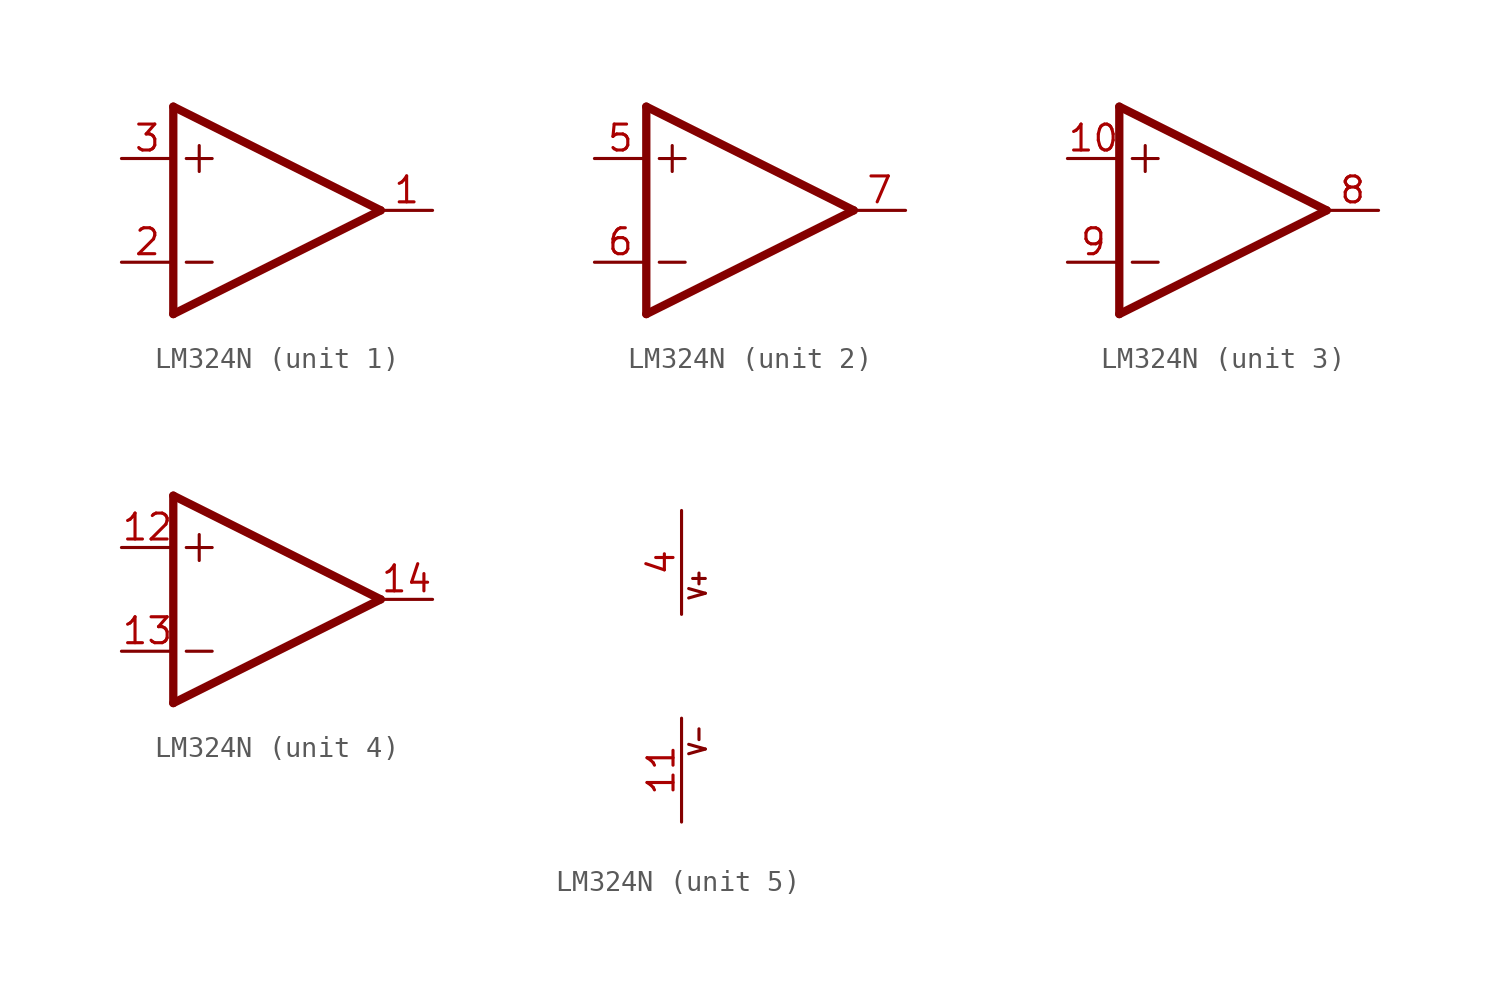
<source format=kicad_sym>
(kicad_symbol_lib
  (version 20220331)
  (generator kicad_symbol_editor)
  (symbol "LM324N"
    (property "Reference" "IC"
      (at 2.54 3.175 0)
      (effects (font (size 1.778 1.511)) (justify left bottom) hide))
    (property "ki_locked" ""
      (at 0 0 0)
      (effects (font (size 1.27 1.27))))
    (symbol "LM324N_1_0"
      (polyline (pts (xy -5.08 -5.08) (xy 5.08 0)) (stroke (width 0.406) (type solid)) (fill (type none)))
      (polyline (pts (xy -5.08 5.08) (xy -5.08 -5.08)) (stroke (width 0.406) (type solid)) (fill (type none)))
      (polyline (pts (xy -4.445 -2.54) (xy -3.175 -2.54)) (stroke (width 0.152) (type solid)) (fill (type none)))
      (polyline (pts (xy -4.445 2.54) (xy -3.175 2.54)) (stroke (width 0.152) (type solid)) (fill (type none)))
      (polyline (pts (xy -3.81 3.175) (xy -3.81 1.905)) (stroke (width 0.152) (type solid)) (fill (type none)))
      (polyline (pts (xy 5.08 0) (xy -5.08 5.08)) (stroke (width 0.406) (type solid)) (fill (type none)))
      (pin output line (at 7.62 0 180) (length 2.54) (name "OUT" (effects (font (size 0 0)))) (number "1" (effects (font (size 1.27 1.27)))))
      (pin input line (at -7.62 -2.54 0) (length 2.54) (name "-IN" (effects (font (size 0 0)))) (number "2" (effects (font (size 1.27 1.27)))))
      (pin input line (at -7.62 2.54 0) (length 2.54) (name "+IN" (effects (font (size 0 0)))) (number "3" (effects (font (size 1.27 1.27))))))
    (symbol "LM324N_2_0"
      (polyline (pts (xy -5.08 -5.08) (xy 5.08 0)) (stroke (width 0.406) (type solid)) (fill (type none)))
      (polyline (pts (xy -5.08 5.08) (xy -5.08 -5.08)) (stroke (width 0.406) (type solid)) (fill (type none)))
      (polyline (pts (xy -4.445 -2.54) (xy -3.175 -2.54)) (stroke (width 0.152) (type solid)) (fill (type none)))
      (polyline (pts (xy -4.445 2.54) (xy -3.175 2.54)) (stroke (width 0.152) (type solid)) (fill (type none)))
      (polyline (pts (xy -3.81 3.175) (xy -3.81 1.905)) (stroke (width 0.152) (type solid)) (fill (type none)))
      (polyline (pts (xy 5.08 0) (xy -5.08 5.08)) (stroke (width 0.406) (type solid)) (fill (type none)))
      (pin input line (at -7.62 2.54 0) (length 2.54) (name "+IN" (effects (font (size 0 0)))) (number "5" (effects (font (size 1.27 1.27)))))
      (pin input line (at -7.62 -2.54 0) (length 2.54) (name "-IN" (effects (font (size 0 0)))) (number "6" (effects (font (size 1.27 1.27)))))
      (pin output line (at 7.62 0 180) (length 2.54) (name "OUT" (effects (font (size 0 0)))) (number "7" (effects (font (size 1.27 1.27))))))
    (symbol "LM324N_3_0"
      (polyline (pts (xy -5.08 -5.08) (xy 5.08 0)) (stroke (width 0.406) (type solid)) (fill (type none)))
      (polyline (pts (xy -5.08 5.08) (xy -5.08 -5.08)) (stroke (width 0.406) (type solid)) (fill (type none)))
      (polyline (pts (xy -4.445 -2.54) (xy -3.175 -2.54)) (stroke (width 0.152) (type solid)) (fill (type none)))
      (polyline (pts (xy -4.445 2.54) (xy -3.175 2.54)) (stroke (width 0.152) (type solid)) (fill (type none)))
      (polyline (pts (xy -3.81 3.175) (xy -3.81 1.905)) (stroke (width 0.152) (type solid)) (fill (type none)))
      (polyline (pts (xy 5.08 0) (xy -5.08 5.08)) (stroke (width 0.406) (type solid)) (fill (type none)))
      (pin input line (at -7.62 2.54 0) (length 2.54) (name "+IN" (effects (font (size 0 0)))) (number "10" (effects (font (size 1.27 1.27)))))
      (pin output line (at 7.62 0 180) (length 2.54) (name "OUT" (effects (font (size 0 0)))) (number "8" (effects (font (size 1.27 1.27)))))
      (pin input line (at -7.62 -2.54 0) (length 2.54) (name "-IN" (effects (font (size 0 0)))) (number "9" (effects (font (size 1.27 1.27))))))
    (symbol "LM324N_4_0"
      (polyline (pts (xy -5.08 -5.08) (xy 5.08 0)) (stroke (width 0.406) (type solid)) (fill (type none)))
      (polyline (pts (xy -5.08 5.08) (xy -5.08 -5.08)) (stroke (width 0.406) (type solid)) (fill (type none)))
      (polyline (pts (xy -4.445 -2.54) (xy -3.175 -2.54)) (stroke (width 0.152) (type solid)) (fill (type none)))
      (polyline (pts (xy -4.445 2.54) (xy -3.175 2.54)) (stroke (width 0.152) (type solid)) (fill (type none)))
      (polyline (pts (xy -3.81 3.175) (xy -3.81 1.905)) (stroke (width 0.152) (type solid)) (fill (type none)))
      (polyline (pts (xy 5.08 0) (xy -5.08 5.08)) (stroke (width 0.406) (type solid)) (fill (type none)))
      (pin input line (at -7.62 2.54 0) (length 2.54) (name "+IN" (effects (font (size 0 0)))) (number "12" (effects (font (size 1.27 1.27)))))
      (pin input line (at -7.62 -2.54 0) (length 2.54) (name "-IN" (effects (font (size 0 0)))) (number "13" (effects (font (size 1.27 1.27)))))
      (pin output line (at 7.62 0 180) (length 2.54) (name "OUT" (effects (font (size 0 0)))) (number "14" (effects (font (size 1.27 1.27))))))
    (symbol "LM324N_5_0"
      (text "V+" (at 1.27 3.175 900) (effects (font (size 0.813 0.691)) (justify left bottom)))
      (text "V-" (at 1.27 -4.445 900) (effects (font (size 0.813 0.691)) (justify left bottom)))
      (pin power_in line (at 0 -7.62 90) (length 5.08) (name "V-" (effects (font (size 0 0)))) (number "11" (effects (font (size 1.27 1.27)))))
      (pin power_in line (at 0 7.62 270) (length 5.08) (name "V+" (effects (font (size 0 0)))) (number "4" (effects (font (size 1.27 1.27))))))))
</source>
